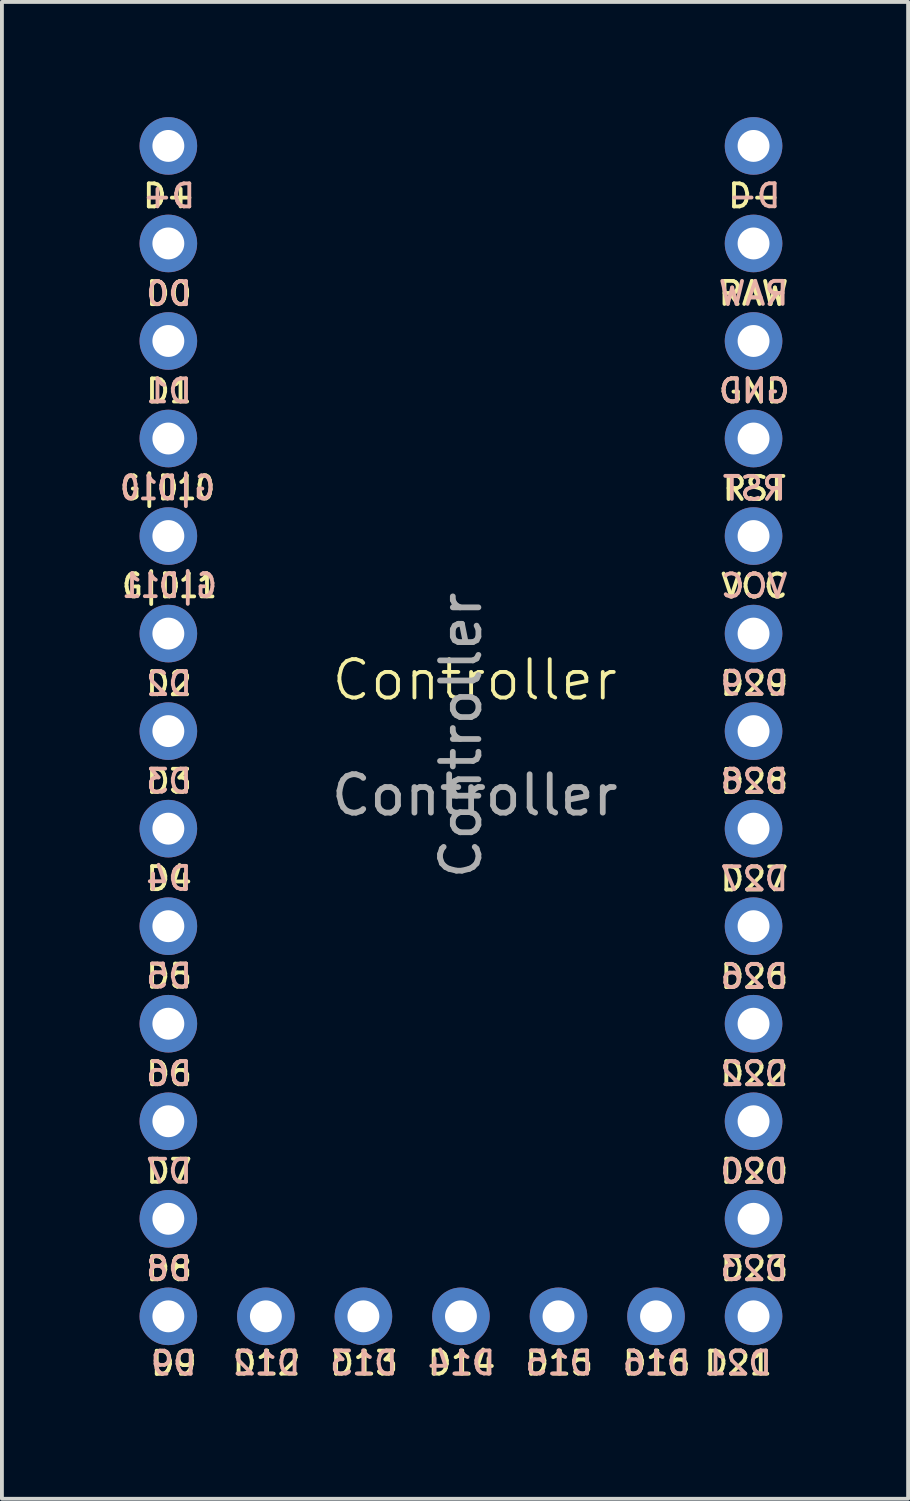
<source format=kicad_pcb>
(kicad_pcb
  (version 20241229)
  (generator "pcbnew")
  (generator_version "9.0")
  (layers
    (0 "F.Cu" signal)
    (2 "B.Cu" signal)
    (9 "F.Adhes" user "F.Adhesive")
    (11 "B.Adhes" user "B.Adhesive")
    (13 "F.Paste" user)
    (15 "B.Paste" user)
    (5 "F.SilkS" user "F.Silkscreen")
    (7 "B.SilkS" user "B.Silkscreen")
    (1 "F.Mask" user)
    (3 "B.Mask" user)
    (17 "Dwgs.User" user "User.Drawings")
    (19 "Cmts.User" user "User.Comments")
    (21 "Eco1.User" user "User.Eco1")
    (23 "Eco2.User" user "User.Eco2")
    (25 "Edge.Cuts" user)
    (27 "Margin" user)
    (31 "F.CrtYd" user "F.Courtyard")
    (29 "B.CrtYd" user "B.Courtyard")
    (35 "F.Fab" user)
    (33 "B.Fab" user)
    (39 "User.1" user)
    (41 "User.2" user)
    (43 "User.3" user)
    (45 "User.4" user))
  (footprint "Controller"
    (layer "F.Cu")
    (at 9.314 15.158)
    (property "Reference" "Controller" (at 0 -0.5 0) (unlocked yes) (layer "F.SilkS") (effects (font (size 1 1) (thickness 0.1))))
    (attr smd)
    (fp_text user "D13" (at -2.882 17.292 0) (layer "F.SilkS") (effects (font (size 0.6 0.6) (thickness 0.1))))
    (fp_text user "D-" (at 7.28 -13.105 0) (layer "F.SilkS") (effects (font (size 0.6 0.6) (thickness 0.1))))
    (fp_text user "D0" (at -7.963 -10.56 0) (layer "F.SilkS") (effects (font (size 0.6 0.6) (thickness 0.1))))
    (fp_text user "VCC" (at 7.28 -2.945 0) (layer "F.SilkS") (effects (font (size 0.6 0.6) (thickness 0.1))))
    (fp_text user "D16" (at 4.738 17.292 0) (layer "F.SilkS") (effects (font (size 0.6 0.6) (thickness 0.1))))
    (fp_text user "G|D10" (at -8 -5.5 0) (layer "F.SilkS") (effects (font (size 0.6 0.5) (thickness 0.1))))
    (fp_text user "D3" (at -7.963 2.14 0) (layer "F.SilkS") (effects (font (size 0.6 0.6) (thickness 0.1))))
    (fp_text user "D27" (at 7.28 4.684 0) (layer "F.SilkS") (effects (font (size 0.6 0.6) (thickness 0.1))))
    (fp_text user "D29" (at 7.28 -0.41 0) (layer "F.SilkS") (effects (font (size 0.6 0.6) (thickness 0.1))))
    (fp_text user "G|D11" (at -7.95 -2.95 0) (layer "F.SilkS") (effects (font (size 0.6 0.5) (thickness 0.1))))
    (fp_text user "D5" (at -7.96 7.215 0) (layer "F.SilkS") (effects (font (size 0.6 0.6) (thickness 0.1))))
    (fp_text user "D14" (at -0.342 17.292 0) (layer "F.SilkS") (effects (font (size 0.6 0.6) (thickness 0.1))))
    (fp_text user "RAW" (at 7.26 -10.565 0) (layer "F.SilkS") (effects (font (size 0.6 0.6) (thickness 0.1))))
    (fp_text user "D1" (at -7.963 -8.025 0) (layer "F.SilkS") (effects (font (size 0.6 0.6) (thickness 0.1))))
    (fp_text user "D9" (at -7.839 17.297 0) (layer "F.SilkS") (effects (font (size 0.6 0.6) (thickness 0.1))))
    (fp_text user "D22" (at 7.28 9.755 0) (layer "F.SilkS") (effects (font (size 0.6 0.6) (thickness 0.1))))
    (fp_text user "D12" (at -5.422 17.292 0) (layer "F.SilkS") (effects (font (size 0.6 0.6) (thickness 0.1))))
    (fp_text user "D20" (at 7.28 12.295 0) (layer "F.SilkS") (effects (font (size 0.6 0.6) (thickness 0.1))))
    (fp_text user "RST" (at 7.28 -5.485 0) (layer "F.SilkS") (effects (font (size 0.6 0.6) (thickness 0.1))))
    (fp_text user "D8" (at -7.96 14.835 0) (layer "F.SilkS") (effects (font (size 0.6 0.6) (thickness 0.1))))
    (fp_text user "D28" (at 7.28 2.144 0) (layer "F.SilkS") (effects (font (size 0.6 0.6) (thickness 0.1))))
    (fp_text user "D2" (at -7.963 -0.401 0) (layer "F.SilkS") (effects (font (size 0.6 0.6) (thickness 0.1))))
    (fp_text user "GND" (at 7.28 -8.025 0) (layer "F.SilkS") (effects (font (size 0.6 0.6) (thickness 0.1))))
    (fp_text user "D+" (at -7.96 -13.105 0) (layer "F.SilkS") (effects (font (size 0.6 0.6) (thickness 0.1))))
    (fp_text user "D21" (at 6.861 17.292 0) (layer "F.SilkS") (effects (font (size 0.6 0.6) (thickness 0.1))))
    (fp_text user "D15" (at 2.198 17.292 0) (layer "F.SilkS") (effects (font (size 0.6 0.6) (thickness 0.1))))
    (fp_text user "D6" (at -7.96 9.755 0) (layer "F.SilkS") (effects (font (size 0.6 0.6) (thickness 0.1))))
    (fp_text user "D23" (at 7.28 14.835 0) (layer "F.SilkS") (effects (font (size 0.6 0.6) (thickness 0.1))))
    (fp_text user "D7" (at -7.96 12.295 0) (layer "F.SilkS") (effects (font (size 0.6 0.6) (thickness 0.1))))
    (fp_text user "D26" (at 7.28 7.224 0) (layer "F.SilkS") (effects (font (size 0.6 0.6) (thickness 0.1))))
    (fp_text user "D4" (at -7.96 4.675 0) (layer "F.SilkS") (effects (font (size 0.6 0.6) (thickness 0.1))))
    (fp_text user "D5" (at -7.963 7.211 0) (layer "B.SilkS") (effects (font (size 0.6 0.6) (thickness 0.1)) (justify mirror)))
    (fp_text user "D16" (at 4.731 17.288 0) (layer "B.SilkS") (effects (font (size 0.6 0.6) (thickness 0.1)) (justify mirror)))
    (fp_text user "D+" (at -7.963 -13.105 0) (layer "B.SilkS") (effects (font (size 0.6 0.6) (thickness 0.1)) (justify mirror)))
    (fp_text user "D-" (at 7.28 -13.108 0) (layer "B.SilkS") (effects (font (size 0.6 0.6) (thickness 0.1)) (justify mirror)))
    (fp_text user "D6" (at -7.963 9.753 0) (layer "B.SilkS") (effects (font (size 0.6 0.6) (thickness 0.1)) (justify mirror)))
    (fp_text user "D22" (at 7.278 9.753 0) (layer "B.SilkS") (effects (font (size 0.6 0.6) (thickness 0.1)) (justify mirror)))
    (fp_text user "D20" (at 7.275 12.295 0) (layer "B.SilkS") (effects (font (size 0.6 0.6) (thickness 0.1)) (justify mirror)))
    (fp_text user "D14" (at -0.346 17.288 0) (layer "B.SilkS") (effects (font (size 0.6 0.6) (thickness 0.1)) (justify mirror)))
    (fp_text user "VCC" (at 7.278 -2.949 0) (layer "B.SilkS") (effects (font (size 0.6 0.6) (thickness 0.1)) (justify mirror)))
    (fp_text user "D21" (at 6.856 17.288 0) (layer "B.SilkS") (effects (font (size 0.6 0.6) (thickness 0.1)) (justify mirror)))
    (fp_text user "D9" (at -7.842 17.293 0) (layer "B.SilkS") (effects (font (size 0.6 0.6) (thickness 0.1)) (justify mirror)))
    (fp_text user "D26" (at 7.28 7.22 0) (layer "B.SilkS") (effects (font (size 0.6 0.6) (thickness 0.1)) (justify mirror)))
    (fp_text user "D1" (at -7.963 -8.027 0) (layer "B.SilkS") (effects (font (size 0.6 0.6) (thickness 0.1)) (justify mirror)))
    (fp_text user "D23" (at 7.275 14.83 0) (layer "B.SilkS") (effects (font (size 0.6 0.6) (thickness 0.1)) (justify mirror)))
    (fp_text user "G|D11" (at -7.95 -2.955 0) (layer "B.SilkS") (effects (font (size 0.6 0.5) (thickness 0.1)) (justify mirror)))
    (fp_text user "D27" (at 7.28 4.678 0) (layer "B.SilkS") (effects (font (size 0.6 0.6) (thickness 0.1)) (justify mirror)))
    (fp_text user "RAW" (at 7.26 -10.566 0) (layer "B.SilkS") (effects (font (size 0.6 0.6) (thickness 0.1)) (justify mirror)))
    (fp_text user "D12" (at -5.422 17.288 0) (layer "B.SilkS") (effects (font (size 0.6 0.6) (thickness 0.1)) (justify mirror)))
    (fp_text user "D28" (at 7.28 2.135 0) (layer "B.SilkS") (effects (font (size 0.6 0.6) (thickness 0.1)) (justify mirror)))
    (fp_text user "D8" (at -7.963 14.83 0) (layer "B.SilkS") (effects (font (size 0.6 0.6) (thickness 0.1)) (justify mirror)))
    (fp_text user "RST" (at 7.28 -5.488 0) (layer "B.SilkS") (effects (font (size 0.6 0.6) (thickness 0.1)) (justify mirror)))
    (fp_text user "D7" (at -7.963 12.295 0) (layer "B.SilkS") (effects (font (size 0.6 0.6) (thickness 0.1)) (justify mirror)))
    (fp_text user "D13" (at -2.888 17.288 0) (layer "B.SilkS") (effects (font (size 0.6 0.6) (thickness 0.1)) (justify mirror)))
    (fp_text user "D29" (at 7.28 -0.416 0) (layer "B.SilkS") (effects (font (size 0.6 0.6) (thickness 0.1)) (justify mirror)))
    (fp_text user "D2" (at -7.963 -0.405 0) (layer "B.SilkS") (effects (font (size 0.6 0.6) (thickness 0.1)) (justify mirror)))
    (fp_text user "D15" (at 2.197 17.288 0) (layer "B.SilkS") (effects (font (size 0.6 0.6) (thickness 0.1)) (justify mirror)))
    (fp_text user "D0" (at -7.963 -10.56 0) (layer "B.SilkS") (effects (font (size 0.6 0.6) (thickness 0.1)) (justify mirror)))
    (fp_text user "GND" (at 7.28 -8.03 0) (layer "B.SilkS") (effects (font (size 0.6 0.6) (thickness 0.1)) (justify mirror)))
    (fp_text user "D4" (at -7.963 4.669 0) (layer "B.SilkS") (effects (font (size 0.6 0.6) (thickness 0.1)) (justify mirror)))
    (fp_text user "D3" (at -7.963 2.136 0) (layer "B.SilkS") (effects (font (size 0.6 0.6) (thickness 0.1)) (justify mirror)))
    (fp_text user "G|D10" (at -8 -5.5 0) (layer "B.SilkS") (effects (font (size 0.6 0.5) (thickness 0.1)) (justify mirror)))
    (fp_text user "${REFERENCE}" (at 0 2.5 0) (unlocked yes) (layer "F.Fab") (effects (font (size 1 1) (thickness 0.15))))
    (fp_text user "${REFERENCE}" (at -0.36 0.942 90) (layer "F.Fab") (effects (font (size 1 1) (thickness 0.15))))
    (pad "1" thru_hole oval (at -7.98 -14.408) (size 1.5 1.5) (drill 0.83) (layers "*.Cu" "*.Mask"))
    (pad "2" thru_hole oval (at -7.98 -11.868) (size 1.5 1.5) (drill 0.83) (layers "*.Cu" "*.Mask"))
    (pad "3" thru_hole oval (at -7.98 -9.328) (size 1.5 1.5) (drill 0.83) (layers "*.Cu" "*.Mask"))
    (pad "4" thru_hole oval (at -7.98 -6.788 45) (size 1.5 1.5) (drill 0.83) (layers "*.Cu" "*.Mask"))
    (pad "5" thru_hole oval (at -7.98 -4.248 45) (size 1.5 1.5) (drill 0.83) (layers "*.Cu" "*.Mask"))
    (pad "6" thru_hole oval (at -7.98 -1.708) (size 1.5 1.5) (drill 0.83) (layers "*.Cu" "*.Mask"))
    (pad "7" thru_hole oval (at -7.98 0.832) (size 1.5 1.5) (drill 0.83) (layers "*.Cu" "*.Mask"))
    (pad "8" thru_hole oval (at -7.98 3.372) (size 1.5 1.5) (drill 0.83) (layers "*.Cu" "*.Mask"))
    (pad "9" thru_hole oval (at -7.98 5.912) (size 1.5 1.5) (drill 0.83) (layers "*.Cu" "*.Mask"))
    (pad "10" thru_hole oval (at -7.98 8.452) (size 1.5 1.5) (drill 0.83) (layers "*.Cu" "*.Mask"))
    (pad "11" thru_hole oval (at -7.98 10.992) (size 1.5 1.5) (drill 0.83) (layers "*.Cu" "*.Mask"))
    (pad "12" thru_hole oval (at -7.98 13.532) (size 1.5 1.5) (drill 0.83) (layers "*.Cu" "*.Mask"))
    (pad "13" thru_hole oval (at -7.98 16.072) (size 1.5 1.5) (drill 0.83) (layers "*.Cu" "*.Mask"))
    (pad "14" thru_hole oval (at -5.44 16.072) (size 1.5 1.5) (drill 0.83) (layers "*.Cu" "*.Mask"))
    (pad "15" thru_hole oval (at -2.9 16.072) (size 1.5 1.5) (drill 0.83) (layers "*.Cu" "*.Mask"))
    (pad "16" thru_hole oval (at -0.36 16.072) (size 1.5 1.5) (drill 0.83) (layers "*.Cu" "*.Mask"))
    (pad "17" thru_hole oval (at 2.18 16.072) (size 1.5 1.5) (drill 0.83) (layers "*.Cu" "*.Mask"))
    (pad "18" thru_hole oval (at 4.72 16.072) (size 1.5 1.5) (drill 0.83) (layers "*.Cu" "*.Mask"))
    (pad "19" thru_hole oval (at 7.26 16.072) (size 1.5 1.5) (drill 0.83) (layers "*.Cu" "*.Mask"))
    (pad "20" thru_hole oval (at 7.26 13.532) (size 1.5 1.5) (drill 0.83) (layers "*.Cu" "*.Mask"))
    (pad "21" thru_hole oval (at 7.26 10.992) (size 1.5 1.5) (drill 0.83) (layers "*.Cu" "*.Mask"))
    (pad "22" thru_hole oval (at 7.26 8.452) (size 1.5 1.5) (drill 0.83) (layers "*.Cu" "*.Mask"))
    (pad "23" thru_hole oval (at 7.26 5.912) (size 1.5 1.5) (drill 0.83) (layers "*.Cu" "*.Mask"))
    (pad "24" thru_hole oval (at 7.26 3.372) (size 1.5 1.5) (drill 0.83) (layers "*.Cu" "*.Mask"))
    (pad "25" thru_hole oval (at 7.26 0.832) (size 1.5 1.5) (drill 0.83) (layers "*.Cu" "*.Mask"))
    (pad "26" thru_hole oval (at 7.26 -1.708) (size 1.5 1.5) (drill 0.83) (layers "*.Cu" "*.Mask"))
    (pad "27" thru_hole oval (at 7.26 -4.248) (size 1.5 1.5) (drill 0.83) (layers "*.Cu" "*.Mask"))
    (pad "28" thru_hole oval (at 7.26 -6.788) (size 1.5 1.5) (drill 0.83) (layers "*.Cu" "*.Mask"))
    (pad "29" thru_hole oval (at 7.26 -9.328 45) (size 1.5 1.5) (drill 0.83) (layers "*.Cu" "*.Mask"))
    (pad "30" thru_hole oval (at 7.26 -11.868) (size 1.5 1.5) (drill 0.83) (layers "*.Cu" "*.Mask"))
    (pad "31" thru_hole oval (at 7.26 -14.408) (size 1.5 1.5) (drill 0.83) (layers "*.Cu" "*.Mask")))
  (gr_rect
    (start -3 -3)
    (end 20.599 35.981)
    (stroke (width 0.1) (type default))
    (fill no)
    (layer "Edge.Cuts")))
</source>
